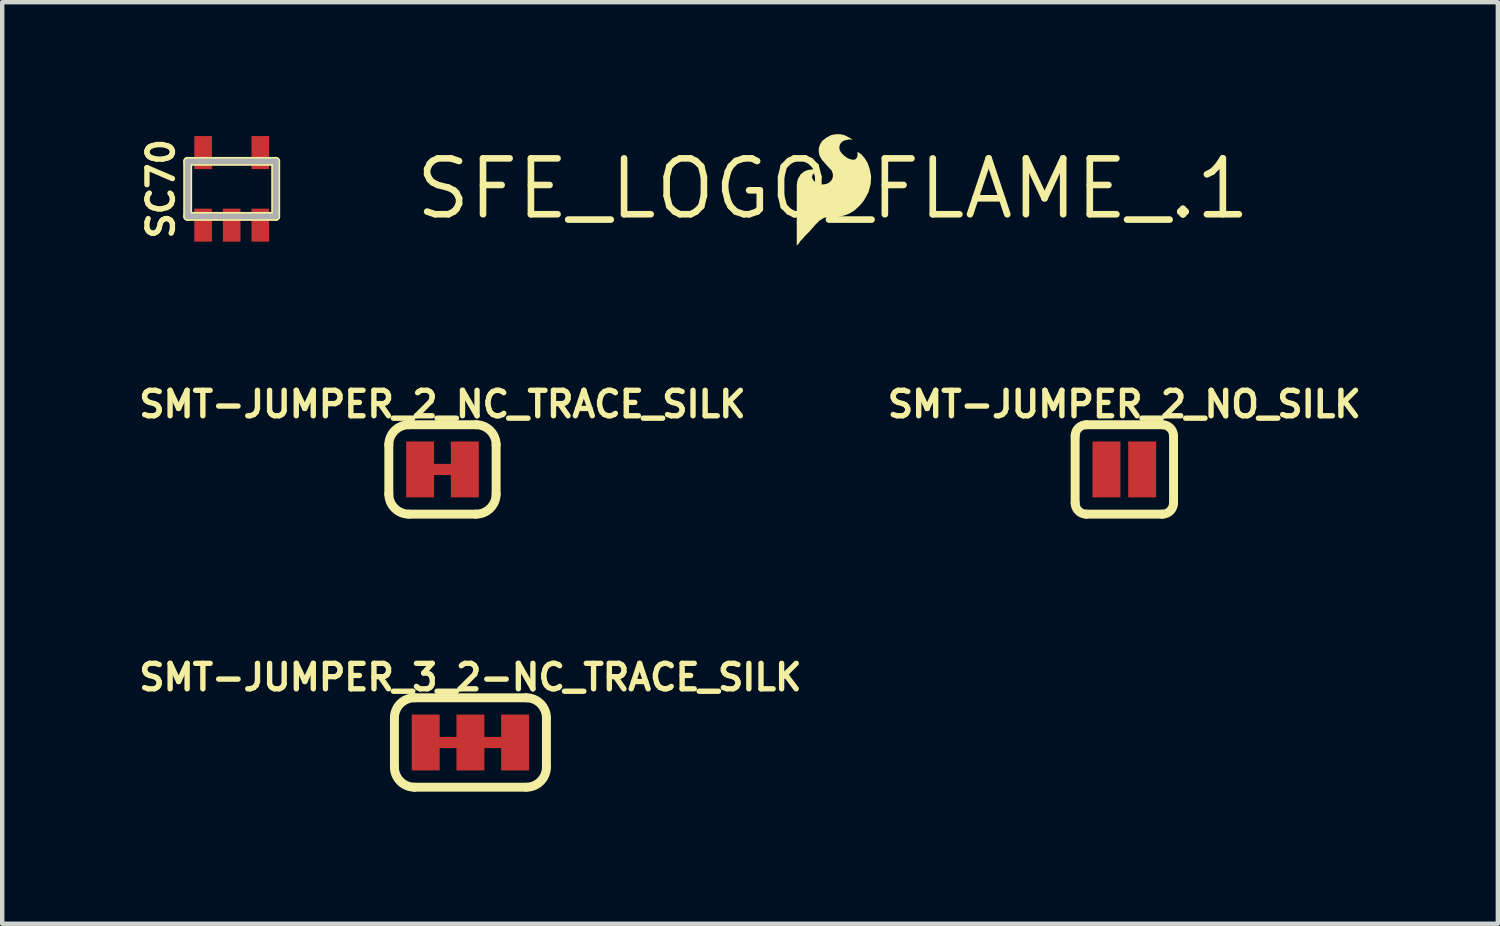
<source format=kicad_pcb>
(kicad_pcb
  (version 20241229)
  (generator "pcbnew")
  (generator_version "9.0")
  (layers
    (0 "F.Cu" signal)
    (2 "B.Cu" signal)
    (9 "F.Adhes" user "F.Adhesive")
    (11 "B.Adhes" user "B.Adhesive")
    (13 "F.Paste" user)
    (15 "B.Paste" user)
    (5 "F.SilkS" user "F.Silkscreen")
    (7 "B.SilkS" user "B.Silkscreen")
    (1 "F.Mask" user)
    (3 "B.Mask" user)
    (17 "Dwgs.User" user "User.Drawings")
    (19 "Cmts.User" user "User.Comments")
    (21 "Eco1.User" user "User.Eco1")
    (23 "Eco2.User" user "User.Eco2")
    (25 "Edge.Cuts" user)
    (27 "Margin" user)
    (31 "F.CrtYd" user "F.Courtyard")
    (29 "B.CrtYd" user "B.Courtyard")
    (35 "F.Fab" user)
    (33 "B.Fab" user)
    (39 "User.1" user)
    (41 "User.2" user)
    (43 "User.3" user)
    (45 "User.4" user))
  (footprint "SMT-JUMPER_2_NC_TRACE_SILK"
    (layer "F.Cu")
    (at 7.005 7.618)
    (property "Reference" "SMT-JUMPER_2_NC_TRACE_SILK" (at 0 -1.143 0) (layer "F.SilkS") (effects (font (size 0.579 0.579) (thickness 0.122)) (justify bottom)))
    (attr through_hole)
    (fp_poly (pts (xy -0.203 0.127) (xy 0.203 0.127) (xy 0.203 -0.127) (xy -0.203 -0.127)) (stroke (width 0) (type solid)) (fill yes) (layer "F.Cu"))
    (fp_poly (pts (xy -0.191 -0.127) (xy 0.191 -0.127) (xy 0.191 0.127) (xy -0.191 0.127)) (stroke (width 0) (type solid)) (fill yes) (layer "F.Mask"))
    (fp_line (start -1.219 0.559) (end -1.219 -0.559) (stroke (width 0.203) (type solid)) (layer "F.SilkS"))
    (fp_line (start -0.762 -1.016) (end 0.762 -1.016) (stroke (width 0.203) (type solid)) (layer "F.SilkS"))
    (fp_line (start 0.762 1.016) (end -0.762 1.016) (stroke (width 0.203) (type solid)) (layer "F.SilkS"))
    (fp_line (start 1.219 0.559) (end 1.219 -0.559) (stroke (width 0.203) (type solid)) (layer "F.SilkS"))
    (fp_arc (start -1.2192 -0.5588) (mid -1.085289 -0.882089) (end -0.762 -1.016) (stroke (width 0.2032) (type solid)) (layer "F.SilkS"))
    (fp_arc (start -0.762 1.016) (mid -1.085289 0.882089) (end -1.2192 0.5588) (stroke (width 0.2032) (type solid)) (layer "F.SilkS"))
    (fp_arc (start 0.762 -1.016) (mid 1.085289 -0.882089) (end 1.2192 -0.5588) (stroke (width 0.2032) (type solid)) (layer "F.SilkS"))
    (fp_arc (start 1.2192 0.5588) (mid 1.085289 0.882089) (end 0.762 1.016) (stroke (width 0.2032) (type solid)) (layer "F.SilkS"))
    (pad "1" smd rect (at -0.508 0) (size 0.635 1.27) (layers "F.Cu" "F.Mask"))
    (pad "2" smd rect (at 0.508 0) (size 0.635 1.27) (layers "F.Cu" "F.Mask")))
  (footprint "SMT-JUMPER_3_2-NC_TRACE_SILK"
    (layer "F.Cu")
    (at 7.64 13.823)
    (property "Reference" "SMT-JUMPER_3_2-NC_TRACE_SILK" (at 0 -1.143 0) (layer "F.SilkS") (effects (font (size 0.579 0.579) (thickness 0.122)) (justify bottom)))
    (attr through_hole)
    (fp_poly (pts (xy -0.711 0.127) (xy -0.305 0.127) (xy -0.305 -0.127) (xy -0.711 -0.127)) (stroke (width 0) (type solid)) (fill yes) (layer "F.Cu"))
    (fp_poly (pts (xy 0.305 0.127) (xy 0.711 0.127) (xy 0.711 -0.127) (xy 0.305 -0.127)) (stroke (width 0) (type solid)) (fill yes) (layer "F.Cu"))
    (fp_poly (pts (xy -0.699 -0.127) (xy 0.699 -0.127) (xy 0.699 0.127) (xy -0.699 0.127)) (stroke (width 0) (type solid)) (fill yes) (layer "F.Mask"))
    (fp_line (start -1.727 0.559) (end -1.727 -0.559) (stroke (width 0.203) (type solid)) (layer "F.SilkS"))
    (fp_line (start -1.27 -1.016) (end 1.27 -1.016) (stroke (width 0.203) (type solid)) (layer "F.SilkS"))
    (fp_line (start 1.27 1.016) (end -1.27 1.016) (stroke (width 0.203) (type solid)) (layer "F.SilkS"))
    (fp_line (start 1.727 0.559) (end 1.727 -0.559) (stroke (width 0.203) (type solid)) (layer "F.SilkS"))
    (fp_arc (start -1.7272 -0.5588) (mid -1.593289 -0.882089) (end -1.27 -1.016) (stroke (width 0.2032) (type solid)) (layer "F.SilkS"))
    (fp_arc (start -1.27 1.016) (mid -1.593289 0.882089) (end -1.7272 0.5588) (stroke (width 0.2032) (type solid)) (layer "F.SilkS"))
    (fp_arc (start 1.27 -1.016) (mid 1.593289 -0.882089) (end 1.7272 -0.5588) (stroke (width 0.2032) (type solid)) (layer "F.SilkS"))
    (fp_arc (start 1.7272 0.5588) (mid 1.593289 0.882089) (end 1.27 1.016) (stroke (width 0.2032) (type solid)) (layer "F.SilkS"))
    (pad "1" smd rect (at -1.016 0) (size 0.635 1.27) (layers "F.Cu" "F.Mask"))
    (pad "2" smd rect (at 0 0) (size 0.635 1.27) (layers "F.Cu" "F.Mask"))
    (pad "3" smd rect (at 1.016 0) (size 0.635 1.27) (layers "F.Cu" "F.Mask")))
  (footprint "SFE_LOGO_FLAME_.1"
    (layer "F.Cu")
    (at 15.879 1.239)
    (property "Reference" "SFE_LOGO_FLAME_.1" (at 0 0 0) (layer "F.SilkS") (effects (font (size 1.27 1.27) (thickness 0.15))))
    (attr through_hole)
    (fp_poly (pts (xy 0.557 -0.839) (xy 0.557 -0.749) (xy 0.547 -0.719) (xy 0.537 -0.699) (xy 0.507 -0.669) (xy 0.477 -0.659) (xy 0.447 -0.659) (xy 0.367 -0.679) (xy 0.327 -0.699) (xy 0.297 -0.719) (xy 0.257 -0.749) (xy 0.197 -0.809) (xy 0.157 -0.869) (xy 0.147 -0.909) (xy 0.147 -0.969) (xy 0.157 -0.999) (xy 0.167 -1.019) (xy 0.187 -1.049) (xy 0.227 -1.079) (xy 0.267 -1.099) (xy 0.317 -1.109) (xy 0.357 -1.119) (xy 0.417 -1.119) (xy 0.437 -1.109) (xy 0.447 -1.109) (xy 0.437 -1.119) (xy 0.397 -1.149) (xy 0.257 -1.219) (xy 0.167 -1.239) (xy 0.067 -1.239) (xy -0.043 -1.219) (xy -0.153 -1.159) (xy -0.243 -1.089) (xy -0.293 -1.009) (xy -0.323 -0.919) (xy -0.323 -0.839) (xy -0.303 -0.749) (xy -0.253 -0.659) (xy -0.183 -0.579) (xy -0.103 -0.489) (xy -0.033 -0.419) (xy -0.003 -0.339) (xy -0.003 -0.269) (xy -0.023 -0.209) (xy -0.063 -0.159) (xy -0.123 -0.119) (xy -0.203 -0.099) (xy -0.283 -0.099) (xy -0.333 -0.109) (xy -0.383 -0.129) (xy -0.443 -0.189) (xy -0.463 -0.219) (xy -0.473 -0.249) (xy -0.473 -0.289) (xy -0.463 -0.319) (xy -0.403 -0.379) (xy -0.373 -0.389) (xy -0.333 -0.409) (xy -0.323 -0.419) (xy -0.363 -0.439) (xy -0.483 -0.439) (xy -0.543 -0.429) (xy -0.593 -0.419) (xy -0.643 -0.399) (xy -0.683 -0.369) (xy -0.733 -0.329) (xy -0.793 -0.229) (xy -0.813 -0.159) (xy -0.823 -0.079) (xy -0.823 1.291) (xy -0.773 1.241) (xy -0.743 1.191) (xy -0.693 1.141) (xy -0.643 1.081) (xy -0.523 0.961) (xy -0.403 0.821) (xy -0.303 0.721) (xy -0.203 0.661) (xy -0.143 0.651) (xy 0.047 0.651) (xy 0.167 0.631) (xy 0.277 0.601) (xy 0.377 0.561) (xy 0.477 0.501) (xy 0.557 0.431) (xy 0.637 0.351) (xy 0.707 0.261) (xy 0.807 0.081) (xy 0.857 -0.109) (xy 0.867 -0.279) (xy 0.837 -0.439) (xy 0.787 -0.589) (xy 0.717 -0.699) (xy 0.637 -0.789)) (stroke (width 0) (type solid)) (fill yes) (layer "F.SilkS")))
  (footprint "SC70"
    (layer "F.Cu")
    (at 2.215 1.242)
    (property "Reference" "SC70" (at -1.27 0 90) (layer "F.SilkS") (effects (font (size 0.579 0.579) (thickness 0.122)) (justify bottom)))
    (attr through_hole)
    (fp_line (start -1 -0.625) (end 1 -0.625) (stroke (width 0.203) (type solid)) (layer "F.SilkS"))
    (fp_line (start -1 0.625) (end -1 -0.625) (stroke (width 0.203) (type solid)) (layer "F.SilkS"))
    (fp_line (start -1 0.625) (end 1 0.625) (stroke (width 0.203) (type solid)) (layer "F.SilkS"))
    (fp_line (start 1 -0.625) (end 1 0.625) (stroke (width 0.203) (type solid)) (layer "F.SilkS"))
    (fp_poly (pts (xy -0.85 -0.45) (xy -0.45 -0.45) (xy -0.45 -1.2) (xy -0.85 -1.2)) (stroke (width 0) (type solid)) (fill yes) (layer "F.Paste"))
    (fp_poly (pts (xy -0.838 1.168) (xy -0.508 1.168) (xy -0.508 0.483) (xy -0.838 0.483)) (stroke (width 0) (type solid)) (fill yes) (layer "F.Paste"))
    (fp_poly (pts (xy -0.165 1.168) (xy 0.165 1.168) (xy 0.165 0.483) (xy -0.165 0.483)) (stroke (width 0) (type solid)) (fill yes) (layer "F.Paste"))
    (fp_poly (pts (xy 0.45 -0.45) (xy 0.85 -0.45) (xy 0.85 -1.2) (xy 0.45 -1.2)) (stroke (width 0) (type solid)) (fill yes) (layer "F.Paste"))
    (fp_poly (pts (xy 0.508 1.168) (xy 0.838 1.168) (xy 0.838 0.483) (xy 0.508 0.483)) (stroke (width 0) (type solid)) (fill yes) (layer "F.Paste"))
    (fp_line (start -1 -0.625) (end 1 -0.625) (stroke (width 0.127) (type solid)) (layer "F.Fab"))
    (fp_line (start -1 0.625) (end -1 -0.625) (stroke (width 0.127) (type solid)) (layer "F.Fab"))
    (fp_line (start -1 0.625) (end 1 0.625) (stroke (width 0.127) (type solid)) (layer "F.Fab"))
    (fp_line (start 1 -0.625) (end 1 0.625) (stroke (width 0.127) (type solid)) (layer "F.Fab"))
    (pad "1" smd rect (at -0.65 0.825) (size 0.4 0.75) (layers "F.Cu" "F.Mask"))
    (pad "2" smd rect (at 0 0.825) (size 0.4 0.75) (layers "F.Cu" "F.Mask"))
    (pad "3" smd rect (at 0.65 0.825) (size 0.4 0.75) (layers "F.Cu" "F.Mask"))
    (pad "4" smd rect (at 0.65 -0.825) (size 0.4 0.75) (layers "F.Cu" "F.Mask"))
    (pad "5" smd rect (at -0.65 -0.825) (size 0.4 0.75) (layers "F.Cu" "F.Mask")))
  (footprint "SMT-JUMPER_2_NO_SILK"
    (layer "F.Cu")
    (at 22.5 7.618)
    (property "Reference" "SMT-JUMPER_2_NO_SILK" (at 0 -1.143 0) (layer "F.SilkS") (effects (font (size 0.579 0.579) (thickness 0.122)) (justify bottom)))
    (attr through_hole)
    (fp_line (start -1.118 0.762) (end -1.118 -0.762) (stroke (width 0.203) (type solid)) (layer "F.SilkS"))
    (fp_line (start -0.864 -1.016) (end 0.864 -1.016) (stroke (width 0.203) (type solid)) (layer "F.SilkS"))
    (fp_line (start 0.864 1.016) (end -0.864 1.016) (stroke (width 0.203) (type solid)) (layer "F.SilkS"))
    (fp_line (start 1.118 0.762) (end 1.118 -0.762) (stroke (width 0.203) (type solid)) (layer "F.SilkS"))
    (fp_arc (start -1.1176 -0.762) (mid -1.043205 -0.941605) (end -0.8636 -1.016) (stroke (width 0.2032) (type solid)) (layer "F.SilkS"))
    (fp_arc (start -0.8636 1.016) (mid -1.043205 0.941605) (end -1.1176 0.762) (stroke (width 0.2032) (type solid)) (layer "F.SilkS"))
    (fp_arc (start 0.8636 -1.016) (mid 1.043205 -0.941605) (end 1.1176 -0.762) (stroke (width 0.2032) (type solid)) (layer "F.SilkS"))
    (fp_arc (start 1.1176 0.762) (mid 1.043205 0.941605) (end 0.8636 1.016) (stroke (width 0.2032) (type solid)) (layer "F.SilkS"))
    (pad "1" smd rect (at -0.406 0) (size 0.635 1.27) (layers "F.Cu" "F.Mask"))
    (pad "2" smd rect (at 0.406 0) (size 0.635 1.27) (layers "F.Cu" "F.Mask")))
  (gr_rect
    (start -3 -3)
    (end 30.988 17.941)
    (stroke (width 0.1) (type default))
    (fill no)
    (layer "Edge.Cuts")))
</source>
